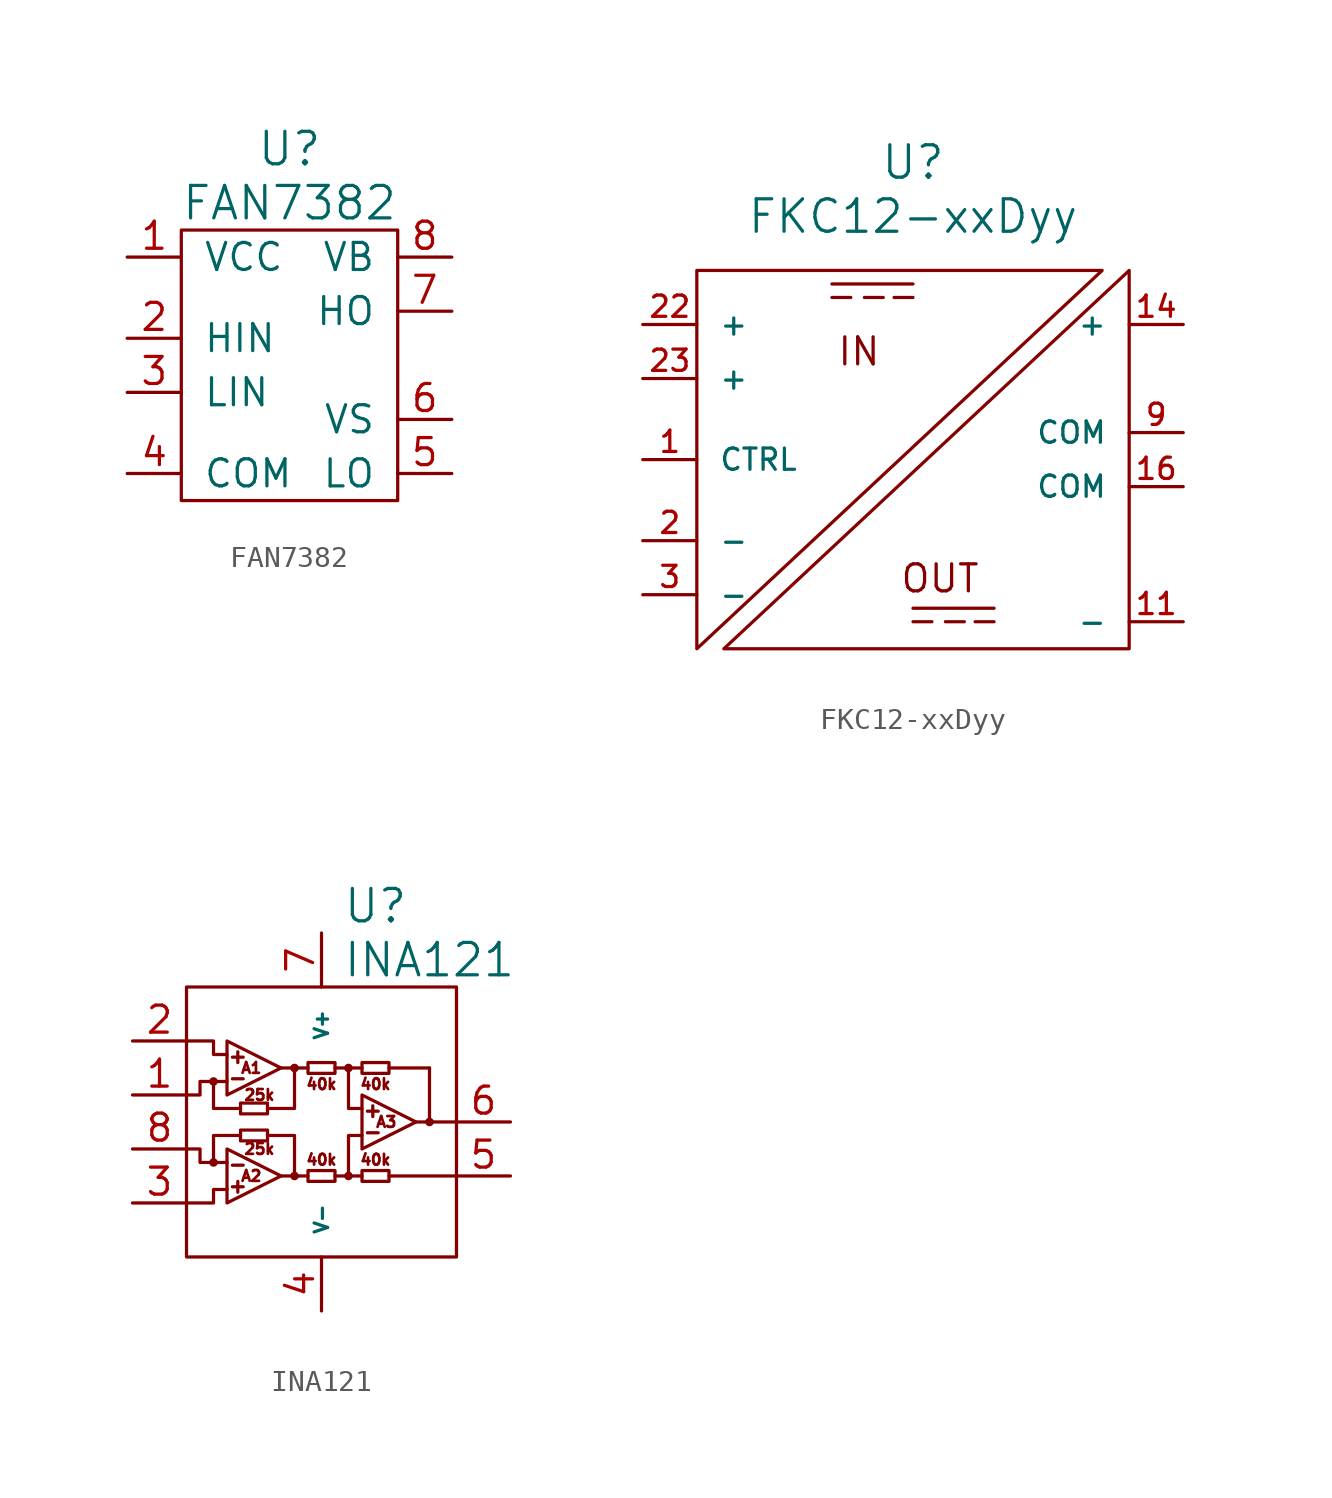
<source format=kicad_sym>
(kicad_symbol_lib
  (version 20220914)
  (generator kicad_symbol_editor)
  (symbol "FAN7382"
    (pin_names
      (offset 1.016))
    (property "Reference" "U"
      (at 0 10.16 0)
      (effects (font (size 1.524 1.524))))
    (property "Value" "FAN7382"
      (at 0 7.62 0)
      (effects (font (size 1.524 1.524))))
    (property "Footprint" ""
      (at 0 0 0)
      (effects (font (size 1.524 1.524))))
    (property "Datasheet" ""
      (at 0 0 0)
      (effects (font (size 1.524 1.524))))
    (symbol "FAN7382_0_1"
      (rectangle (start 5.08 6.35) (end -5.08 -6.35) (stroke (width 0) (type solid)) (fill (type none))))
    (symbol "FAN7382_1_1"
      (pin passive line (at -7.62 5.08 0) (length 2.54) (name "VCC" (effects (font (size 1.27 1.27)))) (number "1" (effects (font (size 1.27 1.27)))))
      (pin passive line (at -7.62 1.27 0) (length 2.54) (name "HIN" (effects (font (size 1.27 1.27)))) (number "2" (effects (font (size 1.27 1.27)))))
      (pin passive line (at -7.62 -1.27 0) (length 2.54) (name "LIN" (effects (font (size 1.27 1.27)))) (number "3" (effects (font (size 1.27 1.27)))))
      (pin passive line (at -7.62 -5.08 0) (length 2.54) (name "COM" (effects (font (size 1.27 1.27)))) (number "4" (effects (font (size 1.27 1.27)))))
      (pin passive line (at 7.62 -5.08 180) (length 2.54) (name "LO" (effects (font (size 1.27 1.27)))) (number "5" (effects (font (size 1.27 1.27)))))
      (pin passive line (at 7.62 -2.54 180) (length 2.54) (name "VS" (effects (font (size 1.27 1.27)))) (number "6" (effects (font (size 1.27 1.27)))))
      (pin passive line (at 7.62 2.54 180) (length 2.54) (name "HO" (effects (font (size 1.27 1.27)))) (number "7" (effects (font (size 1.27 1.27)))))
      (pin passive line (at 7.62 5.08 180) (length 2.54) (name "VB" (effects (font (size 1.27 1.27)))) (number "8" (effects (font (size 1.27 1.27)))))))
  (symbol "FKC12-xxDyy"
    (pin_names
      (offset 1.016))
    (property "Reference" "U"
      (at 0 13.97 0)
      (effects (font (size 1.524 1.524))))
    (property "Value" "FKC12-xxDyy"
      (at 0 11.43 0)
      (effects (font (size 1.524 1.524))))
    (property "Footprint" ""
      (at -2.54 2.54 0)
      (effects (font (size 1.524 1.524))))
    (symbol "FKC12-xxDyy_0_0"
      (text "IN" (at -2.54 5.08 0) (effects (font (size 1.27 1.27))))
      (text "OUT" (at 1.27 -5.588 0) (effects (font (size 1.27 1.27)))))
    (symbol "FKC12-xxDyy_0_1"
      (polyline (pts (xy -3.81 7.62) (xy -2.921 7.62)) (stroke (width 0) (type solid)) (fill (type none)))
      (polyline (pts (xy -3.81 8.255) (xy 0 8.255)) (stroke (width 0) (type solid)) (fill (type none)))
      (polyline (pts (xy -2.286 7.62) (xy -1.397 7.62)) (stroke (width 0) (type solid)) (fill (type none)))
      (polyline (pts (xy -0.889 7.62) (xy 0 7.62)) (stroke (width 0) (type solid)) (fill (type none)))
      (polyline (pts (xy 0 -7.62) (xy 0.889 -7.62)) (stroke (width 0) (type solid)) (fill (type none)))
      (polyline (pts (xy 0 -6.985) (xy 3.81 -6.985)) (stroke (width 0) (type solid)) (fill (type none)))
      (polyline (pts (xy 1.524 -7.62) (xy 2.413 -7.62)) (stroke (width 0) (type solid)) (fill (type none)))
      (polyline (pts (xy 2.921 -7.62) (xy 3.81 -7.62)) (stroke (width 0) (type solid)) (fill (type none)))
      (polyline (pts (xy -10.16 8.89) (xy 8.89 8.89) (xy -10.16 -8.89) (xy -10.16 8.89)) (stroke (width 0) (type solid)) (fill (type none)))
      (polyline (pts (xy -8.89 -8.89) (xy 10.16 -8.89) (xy 10.16 8.89) (xy -8.89 -8.89)) (stroke (width 0) (type solid)) (fill (type none))))
    (symbol "FKC12-xxDyy_1_1"
      (pin passive line (at -12.7 0 0) (length 2.54) (name "CTRL" (effects (font (size 1 1)))) (number "1" (effects (font (size 1 1)))))
      (pin passive line (at 12.7 -7.62 180) (length 2.54) (name "-" (effects (font (size 1 1)))) (number "11" (effects (font (size 1 1)))))
      (pin passive line (at 12.7 6.35 180) (length 2.54) (name "+" (effects (font (size 1 1)))) (number "14" (effects (font (size 1 1)))))
      (pin passive line (at 12.7 -1.27 180) (length 2.54) (name "COM" (effects (font (size 1 1)))) (number "16" (effects (font (size 1 1)))))
      (pin passive line (at -12.7 -3.81 0) (length 2.54) (name "-" (effects (font (size 1 1)))) (number "2" (effects (font (size 1 1)))))
      (pin passive line (at -12.7 6.35 0) (length 2.54) (name "+" (effects (font (size 1 1)))) (number "22" (effects (font (size 1 1)))))
      (pin passive line (at -12.7 3.81 0) (length 2.54) (name "+" (effects (font (size 1 1)))) (number "23" (effects (font (size 1 1)))))
      (pin passive line (at -12.7 -6.35 0) (length 2.54) (name "-" (effects (font (size 1 1)))) (number "3" (effects (font (size 1 1)))))
      (pin passive line (at 12.7 1.27 180) (length 2.54) (name "COM" (effects (font (size 1 1)))) (number "9" (effects (font (size 1 1)))))))
  (symbol "INA121"
    (pin_names
      (offset 1.016))
    (property "Reference" "U"
      (at 2.54 10.16 0)
      (effects (font (size 1.524 1.524))))
    (property "Value" "INA121"
      (at 5.08 7.62 0)
      (effects (font (size 1.524 1.524))))
    (property "Footprint" ""
      (at -0.635 0 0)
      (effects (font (size 1.524 1.524))))
    (property "Datasheet" ""
      (at 0 0 0)
      (effects (font (size 1.524 1.524))))
    (symbol "INA121_0_0"
      (polyline (pts (xy 3.175 -2.54) (xy 6.35 -2.54)) (stroke (width 0) (type solid)) (fill (type none)))
      (polyline (pts (xy 5.08 2.54) (xy 5.08 0) (xy 6.35 0)) (stroke (width 0) (type solid)) (fill (type none)))
      (polyline (pts (xy -5.08 -1.905) (xy -5.715 -1.905) (xy -5.715 -1.27) (xy -6.35 -1.27)) (stroke (width 0) (type solid)) (fill (type none)))
      (polyline (pts (xy -5.08 1.905) (xy -5.715 1.905) (xy -5.715 1.27) (xy -6.35 1.27)) (stroke (width 0) (type solid)) (fill (type none)))
      (polyline (pts (xy -4.445 -3.175) (xy -5.08 -3.175) (xy -5.08 -3.81) (xy -6.35 -3.81)) (stroke (width 0) (type solid)) (fill (type none)))
      (polyline (pts (xy -4.445 3.175) (xy -5.08 3.175) (xy -5.08 3.81) (xy -6.35 3.81)) (stroke (width 0) (type solid)) (fill (type none)))
      (text "25k" (at -2.921 -1.27 0) (effects (font (size 0.508 0.508))))
      (text "25k" (at -2.921 1.27 0) (effects (font (size 0.508 0.508))))
      (text "40k" (at 0 -1.778 0) (effects (font (size 0.508 0.508))))
      (text "40k" (at 0 1.778 0) (effects (font (size 0.508 0.508))))
      (text "40k" (at 2.54 -1.778 0) (effects (font (size 0.508 0.508))))
      (text "40k" (at 2.54 1.778 0) (effects (font (size 0.508 0.508))))
      (text "A1" (at -3.302 2.54 0) (effects (font (size 0.508 0.508))))
      (text "A2" (at -3.302 -2.54 0) (effects (font (size 0.508 0.508))))
      (text "A3" (at 3.048 0 0) (effects (font (size 0.508 0.508)))))
    (symbol "INA121_0_1"
      (circle (center -5.08 -1.905) (radius 0.127) (stroke (width 0) (type solid)) (fill (type none)))
      (circle (center -5.08 1.905) (radius 0.127) (stroke (width 0) (type solid)) (fill (type none)))
      (circle (center -1.27 -2.54) (radius 0.127) (stroke (width 0) (type solid)) (fill (type none)))
      (circle (center -1.27 2.54) (radius 0.127) (stroke (width 0) (type solid)) (fill (type none)))
      (polyline (pts (xy -4.191 -3.048) (xy -3.683 -3.048)) (stroke (width 0) (type solid)) (fill (type none)))
      (polyline (pts (xy -4.191 -2.032) (xy -3.683 -2.032)) (stroke (width 0) (type solid)) (fill (type none)))
      (polyline (pts (xy -4.191 2.032) (xy -3.683 2.032)) (stroke (width 0) (type solid)) (fill (type none)))
      (polyline (pts (xy -4.191 3.048) (xy -3.683 3.048)) (stroke (width 0) (type solid)) (fill (type none)))
      (polyline (pts (xy -3.937 -2.794) (xy -3.937 -3.302)) (stroke (width 0) (type solid)) (fill (type none)))
      (polyline (pts (xy -3.937 3.302) (xy -3.937 2.794)) (stroke (width 0) (type solid)) (fill (type none)))
      (polyline (pts (xy -1.27 -2.54) (xy -0.635 -2.54)) (stroke (width 0) (type solid)) (fill (type none)))
      (polyline (pts (xy -1.27 2.54) (xy -0.635 2.54)) (stroke (width 0) (type solid)) (fill (type none)))
      (polyline (pts (xy 0.635 -2.54) (xy 1.905 -2.54)) (stroke (width 0) (type solid)) (fill (type none)))
      (polyline (pts (xy 0.635 2.54) (xy 1.905 2.54)) (stroke (width 0) (type solid)) (fill (type none)))
      (polyline (pts (xy 2.159 -0.508) (xy 2.667 -0.508)) (stroke (width 0) (type solid)) (fill (type none)))
      (polyline (pts (xy 2.159 0.508) (xy 2.667 0.508)) (stroke (width 0) (type solid)) (fill (type none)))
      (polyline (pts (xy 2.413 0.762) (xy 2.413 0.254)) (stroke (width 0) (type solid)) (fill (type none)))
      (polyline (pts (xy 3.175 2.54) (xy 5.08 2.54)) (stroke (width 0) (type solid)) (fill (type none)))
      (polyline (pts (xy 4.445 0) (xy 5.08 0)) (stroke (width 0) (type solid)) (fill (type none)))
      (polyline (pts (xy 1.27 -2.54) (xy 1.27 -0.635) (xy 1.905 -0.635)) (stroke (width 0) (type solid)) (fill (type none)))
      (polyline (pts (xy 1.27 2.54) (xy 1.27 0.635) (xy 1.905 0.635)) (stroke (width 0) (type solid)) (fill (type none)))
      (polyline (pts (xy -4.445 -1.905) (xy -5.08 -1.905) (xy -5.08 -0.635) (xy -3.81 -0.635)) (stroke (width 0) (type solid)) (fill (type none)))
      (polyline (pts (xy -4.445 -1.27) (xy -4.445 -3.81) (xy -1.905 -2.54) (xy -4.445 -1.27)) (stroke (width 0) (type solid)) (fill (type none)))
      (polyline (pts (xy -4.445 1.905) (xy -5.08 1.905) (xy -5.08 0.635) (xy -3.81 0.635)) (stroke (width 0) (type solid)) (fill (type none)))
      (polyline (pts (xy -4.445 3.81) (xy -4.445 1.27) (xy -1.905 2.54) (xy -4.445 3.81)) (stroke (width 0) (type solid)) (fill (type none)))
      (polyline (pts (xy -2.54 -0.635) (xy -1.27 -0.635) (xy -1.27 -2.54) (xy -1.905 -2.54)) (stroke (width 0) (type solid)) (fill (type none)))
      (polyline (pts (xy -2.54 0.635) (xy -1.27 0.635) (xy -1.27 2.54) (xy -1.905 2.54)) (stroke (width 0) (type solid)) (fill (type none)))
      (polyline (pts (xy 1.905 1.27) (xy 1.905 -1.27) (xy 4.445 0) (xy 1.905 1.27)) (stroke (width 0) (type solid)) (fill (type none)))
      (polyline (pts (xy -3.81 -0.381) (xy -3.81 -0.889) (xy -2.54 -0.889) (xy -2.54 -0.381) (xy -3.81 -0.381)) (stroke (width 0) (type solid)) (fill (type none)))
      (polyline (pts (xy -3.81 0.889) (xy -3.81 0.381) (xy -2.54 0.381) (xy -2.54 0.889) (xy -3.81 0.889)) (stroke (width 0) (type solid)) (fill (type none)))
      (polyline (pts (xy -0.635 -2.286) (xy -0.635 -2.794) (xy 0.635 -2.794) (xy 0.635 -2.286) (xy -0.635 -2.286)) (stroke (width 0) (type solid)) (fill (type none)))
      (polyline (pts (xy -0.635 2.794) (xy -0.635 2.286) (xy 0.635 2.286) (xy 0.635 2.794) (xy -0.635 2.794)) (stroke (width 0) (type solid)) (fill (type none)))
      (polyline (pts (xy 1.905 -2.286) (xy 1.905 -2.794) (xy 3.175 -2.794) (xy 3.175 -2.286) (xy 1.905 -2.286)) (stroke (width 0) (type solid)) (fill (type none)))
      (polyline (pts (xy 1.905 2.794) (xy 1.905 2.286) (xy 3.175 2.286) (xy 3.175 2.794) (xy 1.905 2.794)) (stroke (width 0) (type solid)) (fill (type none)))
      (circle (center 1.27 -2.54) (radius 0.127) (stroke (width 0) (type solid)) (fill (type none)))
      (circle (center 1.27 2.54) (radius 0.127) (stroke (width 0) (type solid)) (fill (type none)))
      (circle (center 5.08 0) (radius 0.127) (stroke (width 0) (type solid)) (fill (type none)))
      (rectangle (start 6.35 6.35) (end -6.35 -6.35) (stroke (width 0) (type solid)) (fill (type none))))
    (symbol "INA121_1_1"
      (pin passive line (at -8.89 1.27 0) (length 2.54) (name "RG1" (effects (font (size 0 0)))) (number "1" (effects (font (size 1.27 1.27)))))
      (pin passive line (at -8.89 3.81 0) (length 2.54) (name "-IN" (effects (font (size 0 0)))) (number "2" (effects (font (size 1.27 1.27)))))
      (pin passive line (at -8.89 -3.81 0) (length 2.54) (name "-IN" (effects (font (size 0 0)))) (number "3" (effects (font (size 1.27 1.27)))))
      (pin passive line (at 0 -8.89 90) (length 2.54) (name "V-" (effects (font (size 0.635 0.635)))) (number "4" (effects (font (size 1.27 1.27)))))
      (pin passive line (at 8.89 -2.54 180) (length 2.54) (name "REF" (effects (font (size 0 0)))) (number "5" (effects (font (size 1.27 1.27)))))
      (pin passive line (at 8.89 0 180) (length 2.54) (name "VO" (effects (font (size 0 0)))) (number "6" (effects (font (size 1.27 1.27)))))
      (pin passive line (at 0 8.89 270) (length 2.54) (name "V+" (effects (font (size 0.635 0.635)))) (number "7" (effects (font (size 1.27 1.27)))))
      (pin passive line (at -8.89 -1.27 0) (length 2.54) (name "RG2" (effects (font (size 0 0)))) (number "8" (effects (font (size 1.27 1.27))))))))
</source>
